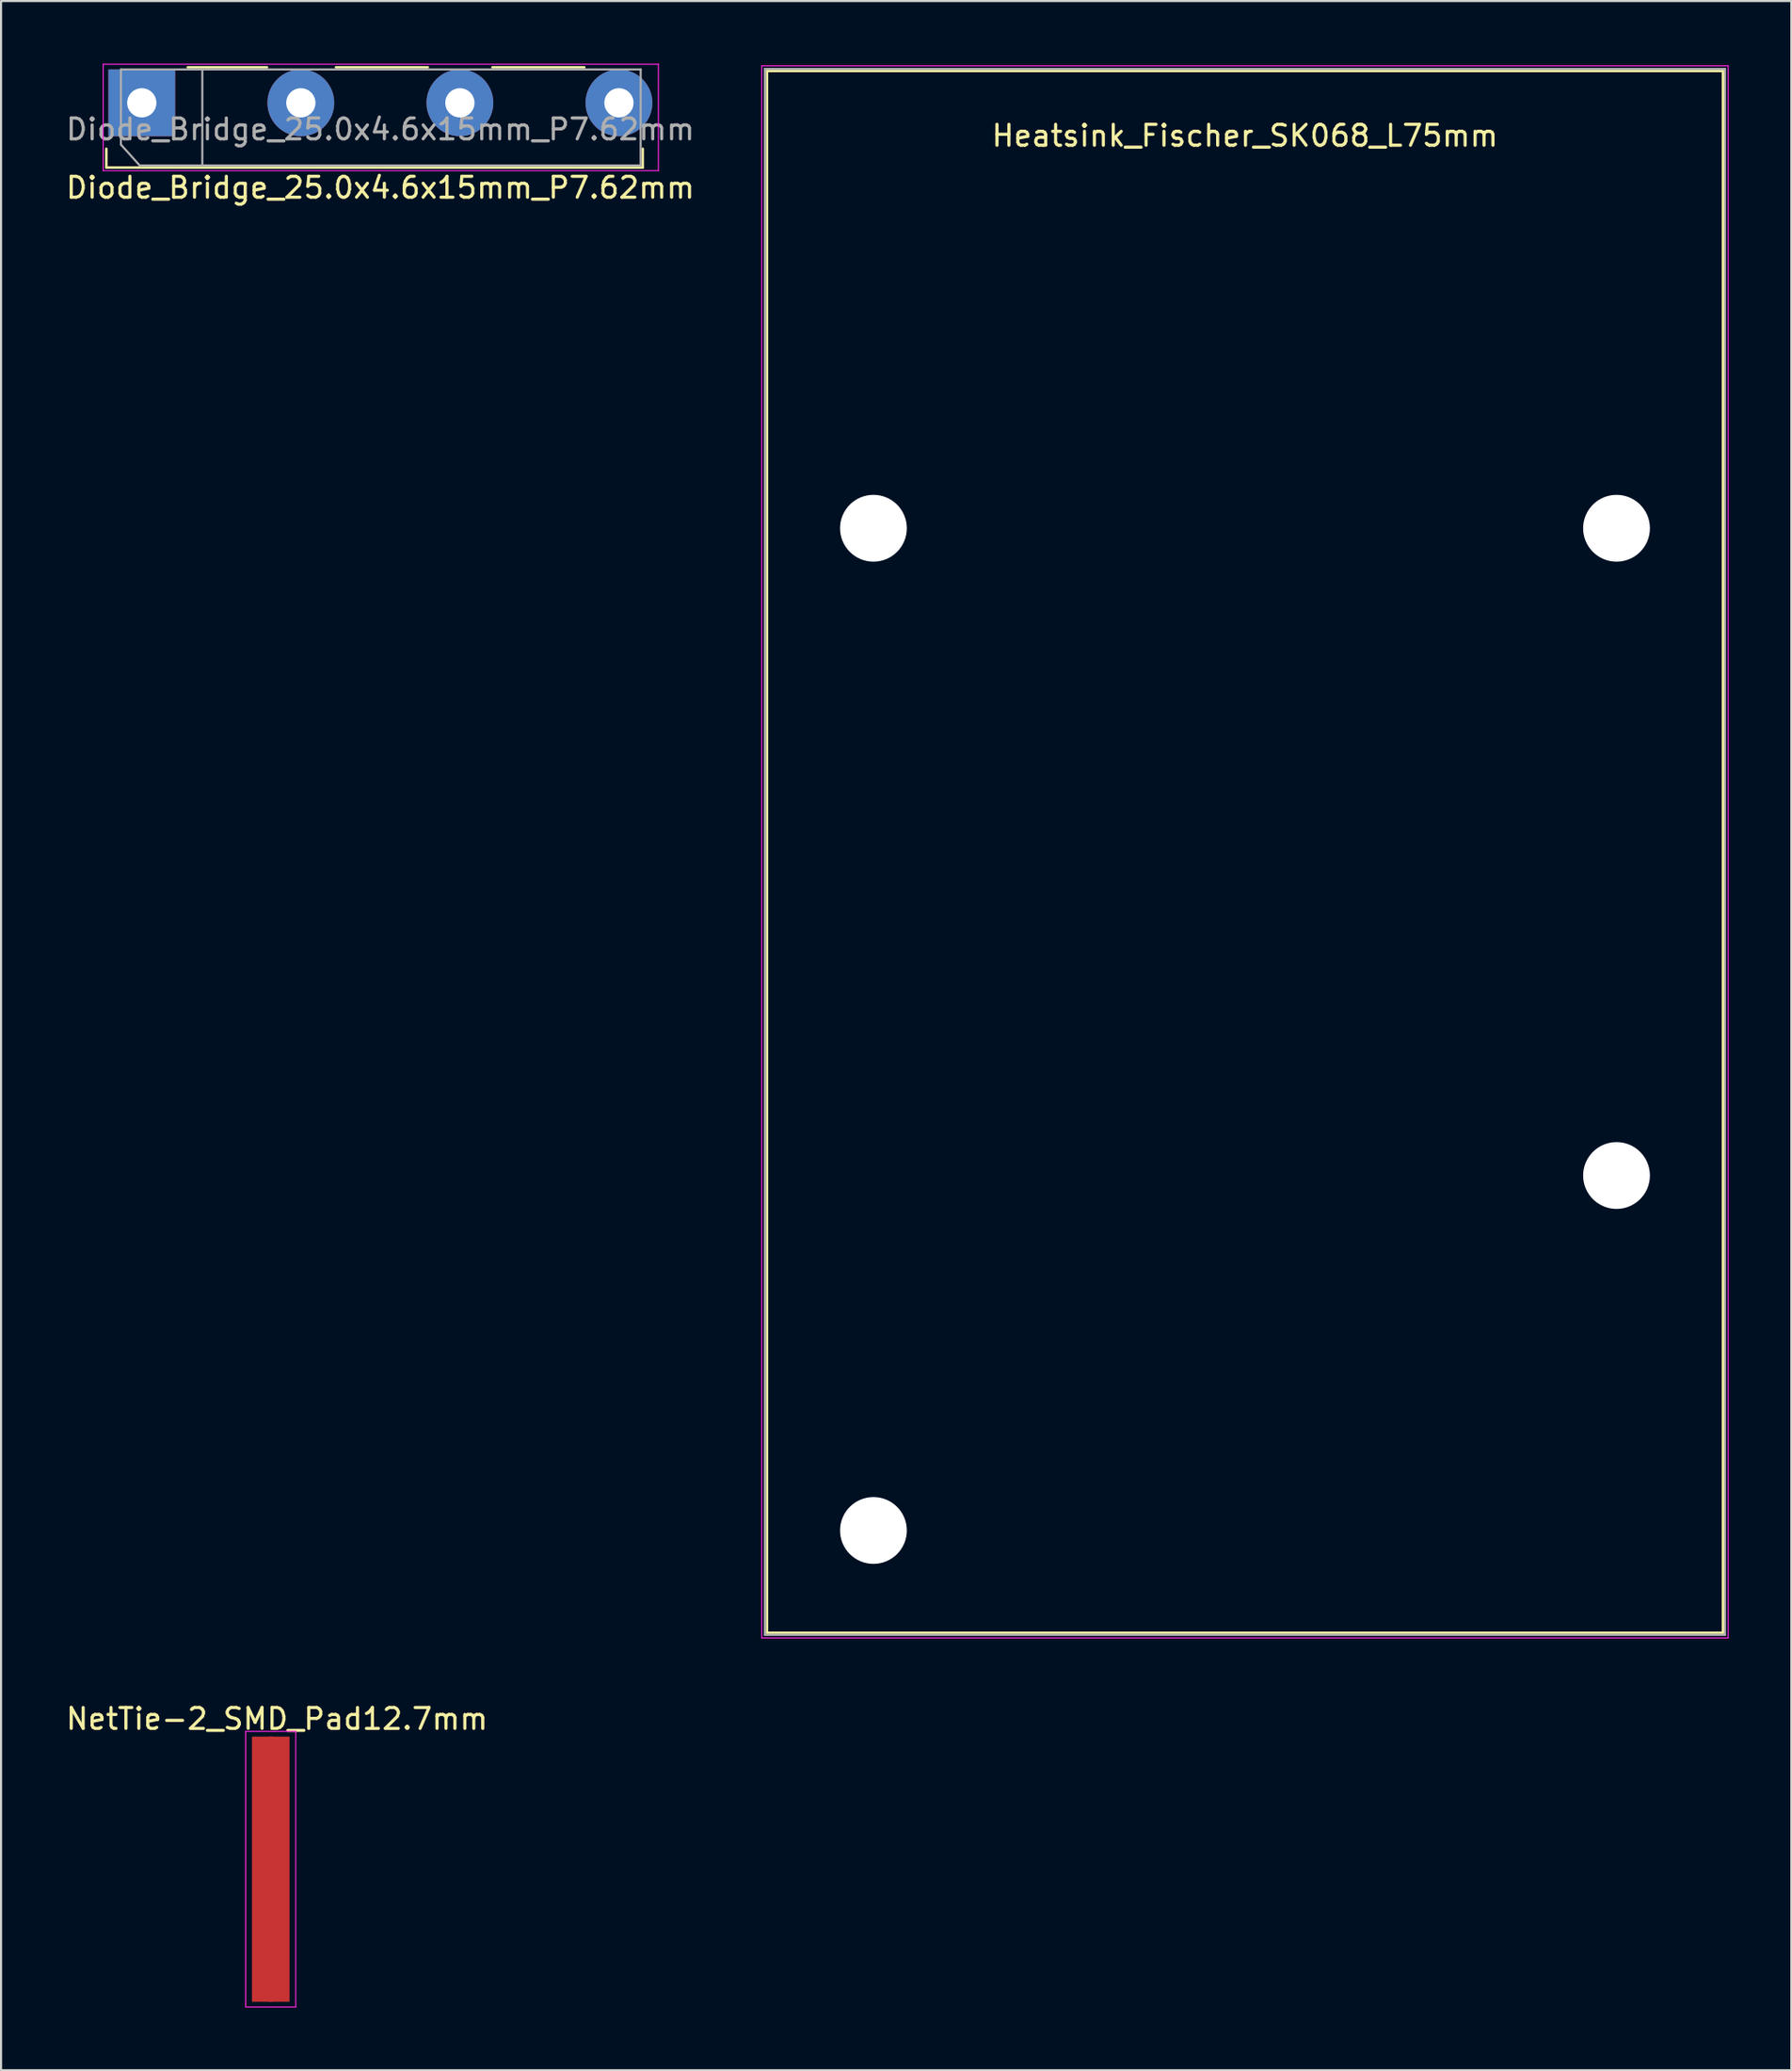
<source format=kicad_pcb>
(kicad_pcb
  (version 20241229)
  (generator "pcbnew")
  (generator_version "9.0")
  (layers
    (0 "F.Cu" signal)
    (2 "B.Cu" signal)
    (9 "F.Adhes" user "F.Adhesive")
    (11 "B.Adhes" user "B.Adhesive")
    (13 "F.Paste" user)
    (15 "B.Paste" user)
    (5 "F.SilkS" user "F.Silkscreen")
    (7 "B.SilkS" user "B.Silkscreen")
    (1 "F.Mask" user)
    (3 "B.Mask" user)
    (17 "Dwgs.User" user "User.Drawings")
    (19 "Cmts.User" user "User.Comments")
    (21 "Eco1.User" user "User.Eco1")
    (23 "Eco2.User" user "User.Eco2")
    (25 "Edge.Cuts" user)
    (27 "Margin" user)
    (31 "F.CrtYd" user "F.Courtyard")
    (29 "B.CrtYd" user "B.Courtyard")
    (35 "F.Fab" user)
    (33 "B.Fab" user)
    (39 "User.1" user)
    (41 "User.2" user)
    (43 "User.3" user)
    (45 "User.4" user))
  (footprint "NetTie-2_SMD_Pad12.7mm"
    (layer "F.Cu")
    (at 9.92 86.473)
    (property "Reference" "NetTie-2_SMD_Pad12.7mm" (at 0.3 -7.2 0) (layer "F.SilkS") (effects (font (size 1 1) (thickness 0.15))))
    (attr exclude_from_pos_files exclude_from_bom)
    (fp_line (start -1.2 -6.6) (end 1.2 -6.6) (stroke (width 0.05) (type solid)) (layer "F.CrtYd"))
    (fp_line (start -1.2 6.6) (end -1.2 -6.6) (stroke (width 0.05) (type solid)) (layer "F.CrtYd"))
    (fp_line (start 1.2 -6.6) (end 1.2 6.6) (stroke (width 0.05) (type solid)) (layer "F.CrtYd"))
    (fp_line (start 1.2 6.6) (end -1.2 6.6) (stroke (width 0.05) (type solid)) (layer "F.CrtYd"))
    (pad "1" smd rect (at -0.4 0) (size 1 12.7) (layers "F.Cu"))
    (pad "2" smd rect (at 0.4 0) (size 1 12.7) (layers "F.Cu")))
  (footprint "Diode_Bridge_25.0x4.6x15mm_P7.62mm"
    (layer "F.Cu")
    (at 3.743 1.875)
    (property "Reference" "Diode_Bridge_25.0x4.6x15mm_P7.62mm" (at 11.43 4.064 180) (layer "F.SilkS") (effects (font (size 1 1) (thickness 0.15))))
    (attr through_hole)
    (fp_line (start -1.7 3.1) (end -1.7 2.2) (stroke (width 0.12) (type solid)) (layer "F.SilkS"))
    (fp_line (start 2.2 -1.7) (end 6 -1.7) (stroke (width 0.12) (type solid)) (layer "F.SilkS"))
    (fp_line (start 9.3 -1.7) (end 13.7 -1.7) (stroke (width 0.12) (type solid)) (layer "F.SilkS"))
    (fp_line (start 16.8 -1.7) (end 21.2 -1.7) (stroke (width 0.12) (type solid)) (layer "F.SilkS"))
    (fp_line (start 24 2.2) (end 24 3.1) (stroke (width 0.12) (type solid)) (layer "F.SilkS"))
    (fp_line (start 24 3.1) (end -1.7 3.1) (stroke (width 0.12) (type solid)) (layer "F.SilkS"))
    (fp_line (start -1.85 3.25) (end -1.85 -1.85) (stroke (width 0.05) (type solid)) (layer "F.CrtYd"))
    (fp_line (start -1.85 3.25) (end 24.75 3.25) (stroke (width 0.05) (type solid)) (layer "F.CrtYd"))
    (fp_line (start 24.75 -1.85) (end -1.85 -1.85) (stroke (width 0.05) (type solid)) (layer "F.CrtYd"))
    (fp_line (start 24.75 -1.85) (end 24.75 3.25) (stroke (width 0.05) (type solid)) (layer "F.CrtYd"))
    (fp_line (start -1 -1.6) (end 23.9 -1.6) (stroke (width 0.1) (type solid)) (layer "F.Fab"))
    (fp_line (start -1 2) (end -1 -1.6) (stroke (width 0.1) (type solid)) (layer "F.Fab"))
    (fp_line (start -0.1 3) (end -1 2) (stroke (width 0.1) (type solid)) (layer "F.Fab"))
    (fp_line (start 2.9 3) (end 2.9 -1.6) (stroke (width 0.1) (type solid)) (layer "F.Fab"))
    (fp_line (start 23.9 -1.6) (end 23.9 3) (stroke (width 0.1) (type solid)) (layer "F.Fab"))
    (fp_line (start 23.9 3) (end -0.1 3) (stroke (width 0.1) (type solid)) (layer "F.Fab"))
    (fp_text user "${REFERENCE}" (at 11.43 1.27 180) (layer "F.Fab") (effects (font (size 1 1) (thickness 0.15))))
    (pad "1" thru_hole rect (at 0 0) (size 3.2 3.2) (drill 1.4) (layers "*.Cu" "*.Mask"))
    (pad "2" thru_hole circle (at 7.62 0) (size 3.2 3.2) (drill 1.4) (layers "*.Cu" "*.Mask"))
    (pad "3" thru_hole circle (at 15.24 0) (size 3.2 3.2) (drill 1.4) (layers "*.Cu" "*.Mask"))
    (pad "4" thru_hole circle (at 22.86 0) (size 3.2 3.2) (drill 1.4) (layers "*.Cu" "*.Mask")))
  (footprint "Heatsink_Fischer_SK068_L75mm"
    (layer "F.Cu")
    (at 33.595 0.25)
    (property "Reference" "Heatsink_Fischer_SK068_L75mm" (at 23 3.2 0) (layer "F.SilkS") (effects (font (size 1 1) (thickness 0.15))))
    (attr through_hole)
    (fp_line (start 0.1 0.1) (end 45.9 0.1) (stroke (width 0.12) (type solid)) (layer "F.SilkS"))
    (fp_line (start 0.1 74.9) (end 0.1 0.1) (stroke (width 0.12) (type solid)) (layer "F.SilkS"))
    (fp_line (start 45.9 0.1) (end 45.9 74.9) (stroke (width 0.12) (type solid)) (layer "F.SilkS"))
    (fp_line (start 45.9 74.9) (end 0.1 74.9) (stroke (width 0.12) (type solid)) (layer "F.SilkS"))
    (fp_line (start -0.15 -0.15) (end 46.15 -0.15) (stroke (width 0.05) (type solid)) (layer "F.CrtYd"))
    (fp_line (start -0.15 75.15) (end -0.15 -0.15) (stroke (width 0.05) (type solid)) (layer "F.CrtYd"))
    (fp_line (start 46.15 -0.15) (end 46.15 75.15) (stroke (width 0.05) (type solid)) (layer "F.CrtYd"))
    (fp_line (start 46.15 75.15) (end -0.15 75.15) (stroke (width 0.05) (type solid)) (layer "F.CrtYd"))
    (fp_line (start 0 0) (end 0 75) (stroke (width 0.1) (type solid)) (layer "F.Fab"))
    (fp_line (start 0 75) (end 46 75) (stroke (width 0.1) (type solid)) (layer "F.Fab"))
    (fp_line (start 46 0) (end 0 0) (stroke (width 0.1) (type solid)) (layer "F.Fab"))
    (fp_line (start 46 75) (end 46 0) (stroke (width 0.1) (type solid)) (layer "F.Fab"))
    (pad "" np_thru_hole circle (at 5.2 22) (size 3.2 3.2) (drill 3.2) (layers "*.Cu" "*.Mask"))
    (pad "" np_thru_hole circle (at 5.2 70) (size 3.2 3.2) (drill 3.2) (layers "*.Cu" "*.Mask"))
    (pad "" np_thru_hole circle (at 40.8 22) (size 3.2 3.2) (drill 3.2) (layers "*.Cu" "*.Mask"))
    (pad "" np_thru_hole circle (at 40.8 53) (size 3.2 3.2) (drill 3.2) (layers "*.Cu" "*.Mask")))
  (gr_rect
    (start -3 -3)
    (end 82.77 96.098)
    (stroke (width 0.1) (type default))
    (fill no)
    (layer "Edge.Cuts")))
</source>
